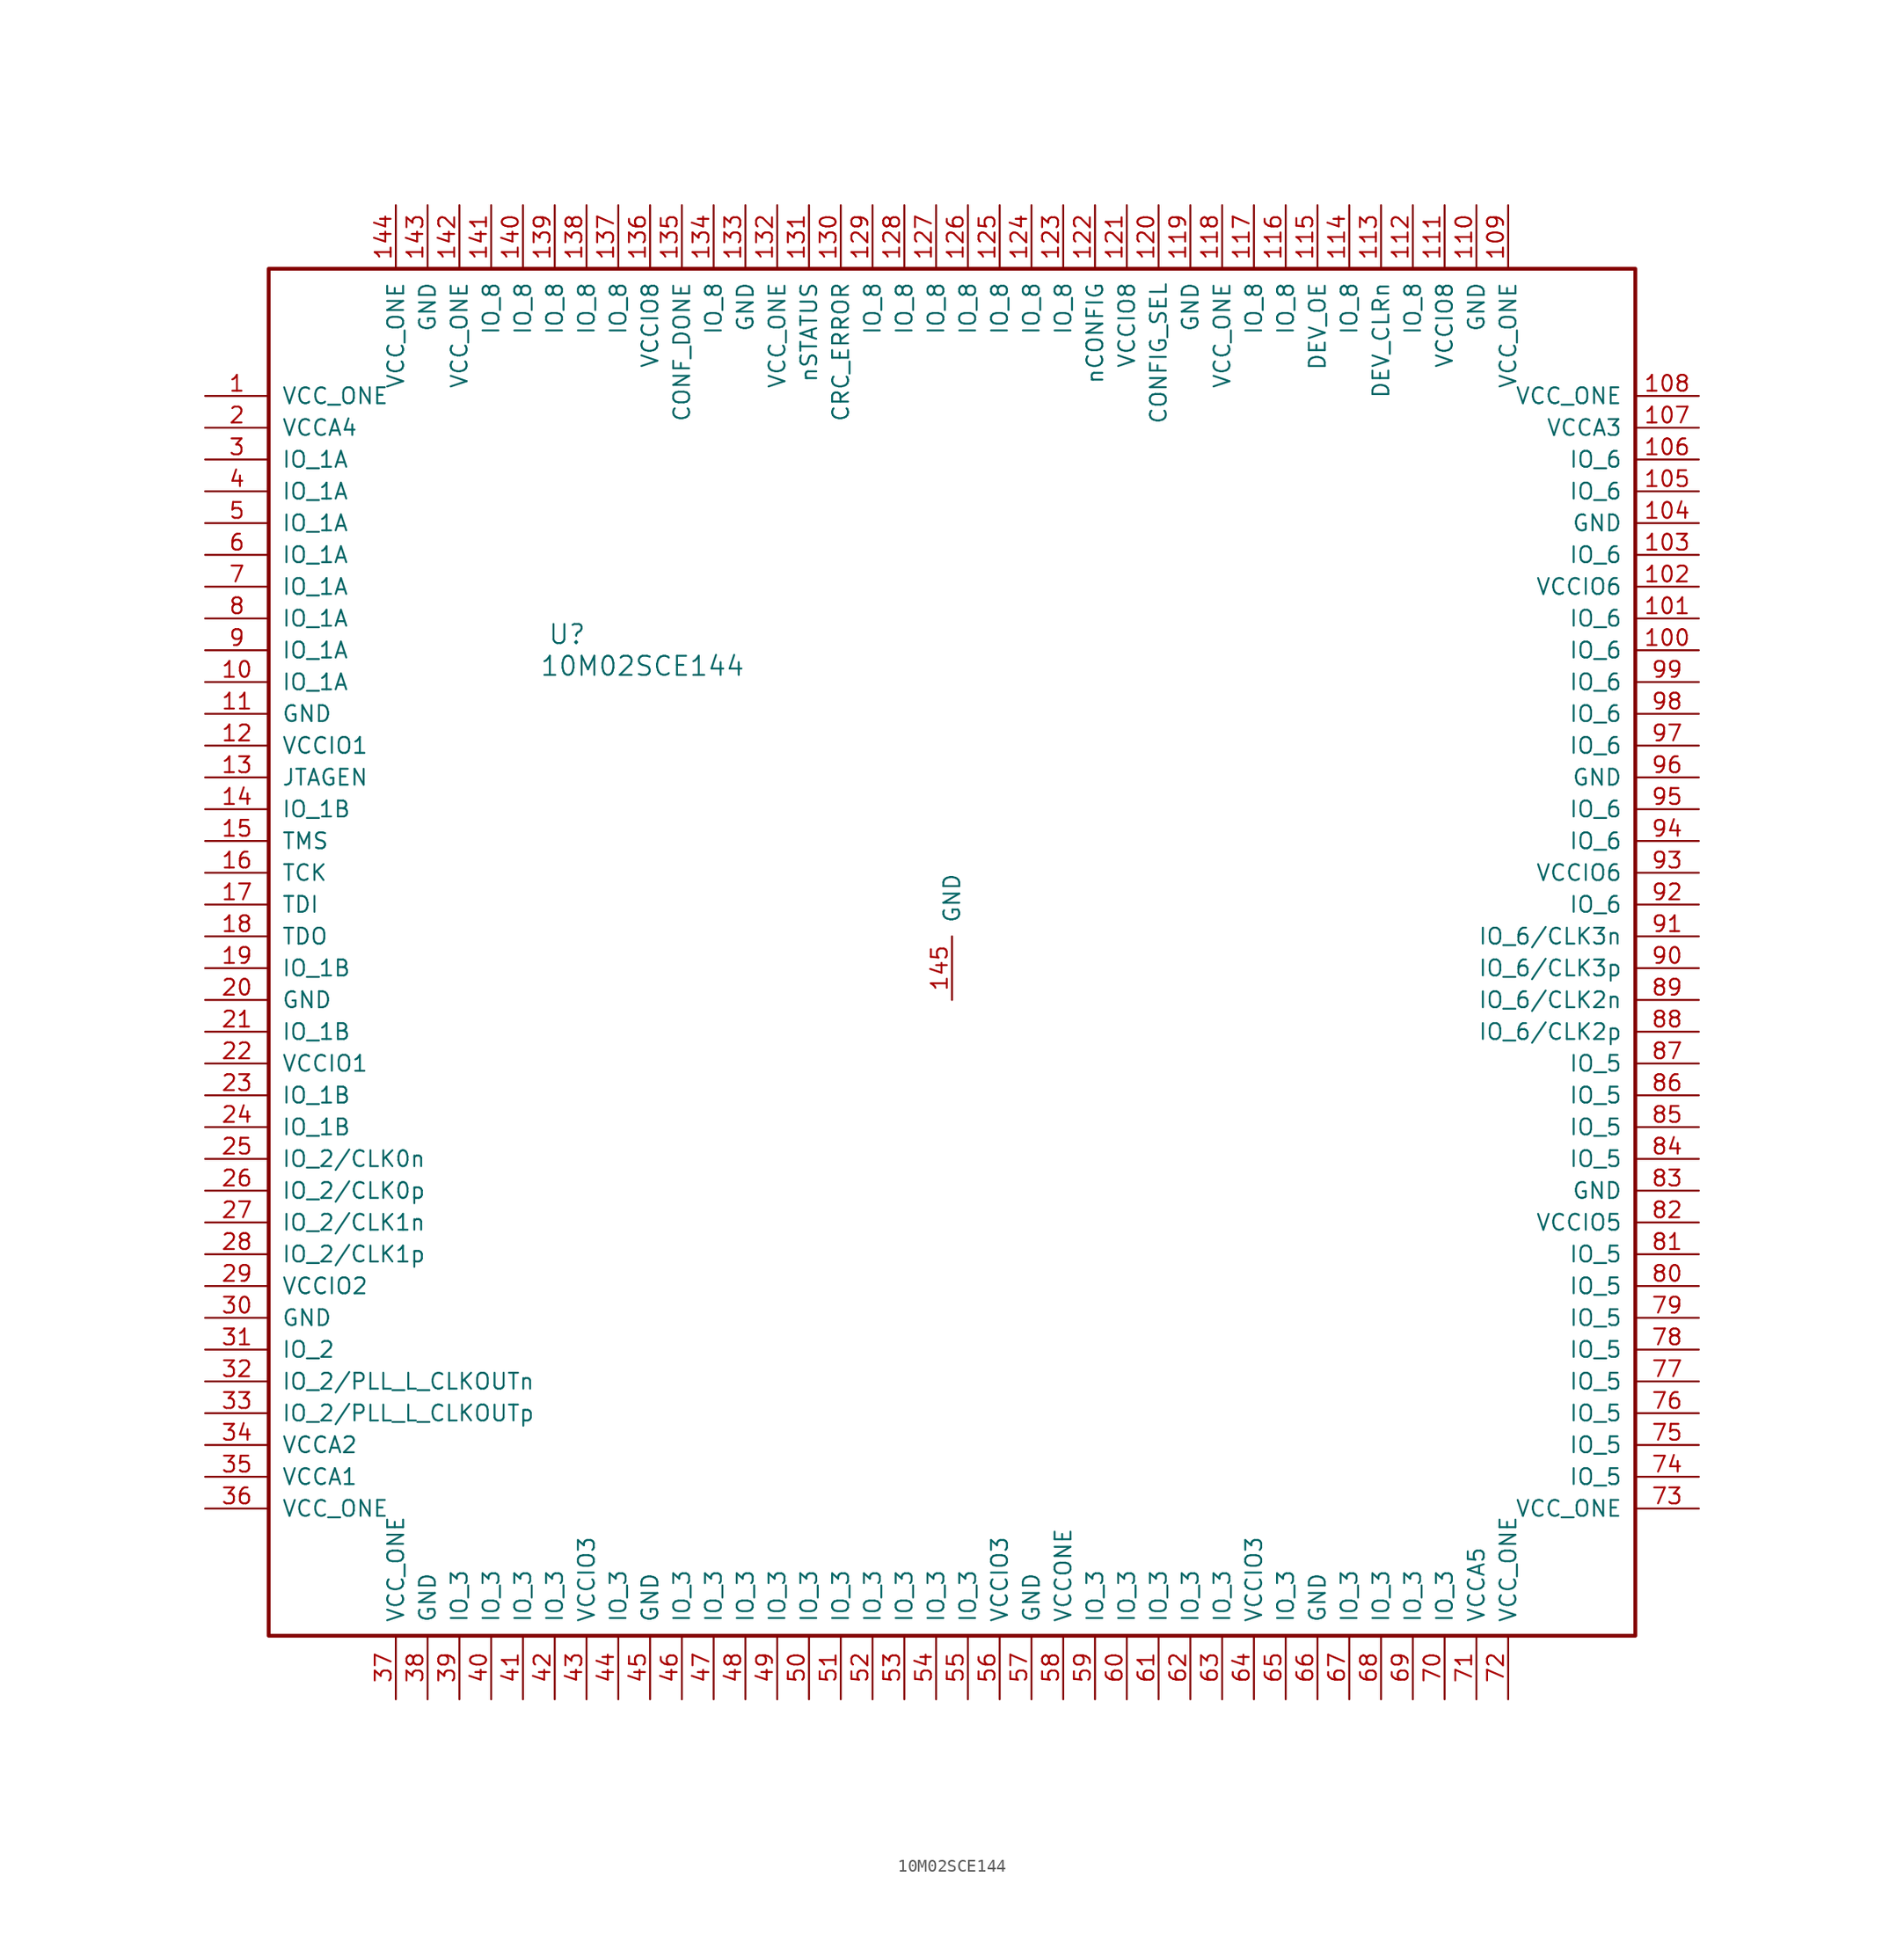
<source format=kicad_sym>
(kicad_symbol_lib
  (version 20211014)
  (generator kicad_symbol_editor)
  (symbol "10M02SCE144"
    (pin_names
      (offset 1.016))
    (property "Reference" "U"
      (at 30.48 -19.05 0)
      (effects (font (size 1.524 1.524)) (justify right)))
    (property "Value" "10M02SCE144"
      (at 43.18 -21.59 0)
      (effects (font (size 1.524 1.524)) (justify right)))
    (property "Footprint" ""
      (at 0 0 0)
      (effects (font (size 1.524 1.524))))
    (property "Datasheet" ""
      (at 0 0 0)
      (effects (font (size 1.524 1.524))))
    (property "ki_locked" ""
      (at 0 0 0)
      (effects (font (size 1.27 1.27))))
    (symbol "10M02SCE144_1_1"
      (rectangle (start 5.08 10.16) (end 114.3 -99.06) (stroke (width 0.305) (type default) (color 0 0 0 0)) (fill (type none)))
      (pin power_in line (at 0 0 0) (length 5.08) (name "VCC_ONE" (effects (font (size 1.27 1.27)))) (number "1" (effects (font (size 1.27 1.27)))))
      (pin bidirectional line (at 0 -22.86 0) (length 5.08) (name "IO_1A" (effects (font (size 1.27 1.27)))) (number "10" (effects (font (size 1.27 1.27)))))
      (pin bidirectional line (at 119.38 -20.32 180) (length 5.08) (name "IO_6" (effects (font (size 1.27 1.27)))) (number "100" (effects (font (size 1.27 1.27)))))
      (pin bidirectional line (at 119.38 -17.78 180) (length 5.08) (name "IO_6" (effects (font (size 1.27 1.27)))) (number "101" (effects (font (size 1.27 1.27)))))
      (pin power_in line (at 119.38 -15.24 180) (length 5.08) (name "VCCIO6" (effects (font (size 1.27 1.27)))) (number "102" (effects (font (size 1.27 1.27)))))
      (pin bidirectional line (at 119.38 -12.7 180) (length 5.08) (name "IO_6" (effects (font (size 1.27 1.27)))) (number "103" (effects (font (size 1.27 1.27)))))
      (pin power_in line (at 119.38 -10.16 180) (length 5.08) (name "GND" (effects (font (size 1.27 1.27)))) (number "104" (effects (font (size 1.27 1.27)))))
      (pin bidirectional line (at 119.38 -7.62 180) (length 5.08) (name "IO_6" (effects (font (size 1.27 1.27)))) (number "105" (effects (font (size 1.27 1.27)))))
      (pin bidirectional line (at 119.38 -5.08 180) (length 5.08) (name "IO_6" (effects (font (size 1.27 1.27)))) (number "106" (effects (font (size 1.27 1.27)))))
      (pin power_in line (at 119.38 -2.54 180) (length 5.08) (name "VCCA3" (effects (font (size 1.27 1.27)))) (number "107" (effects (font (size 1.27 1.27)))))
      (pin power_in line (at 119.38 0 180) (length 5.08) (name "VCC_ONE" (effects (font (size 1.27 1.27)))) (number "108" (effects (font (size 1.27 1.27)))))
      (pin power_in line (at 104.14 15.24 270) (length 5.08) (name "VCC_ONE" (effects (font (size 1.27 1.27)))) (number "109" (effects (font (size 1.27 1.27)))))
      (pin power_in line (at 0 -25.4 0) (length 5.08) (name "GND" (effects (font (size 1.27 1.27)))) (number "11" (effects (font (size 1.27 1.27)))))
      (pin power_in line (at 101.6 15.24 270) (length 5.08) (name "GND" (effects (font (size 1.27 1.27)))) (number "110" (effects (font (size 1.27 1.27)))))
      (pin power_in line (at 99.06 15.24 270) (length 5.08) (name "VCCIO8" (effects (font (size 1.27 1.27)))) (number "111" (effects (font (size 1.27 1.27)))))
      (pin bidirectional line (at 96.52 15.24 270) (length 5.08) (name "IO_8" (effects (font (size 1.27 1.27)))) (number "112" (effects (font (size 1.27 1.27)))))
      (pin input line (at 93.98 15.24 270) (length 5.08) (name "DEV_CLRn" (effects (font (size 1.27 1.27)))) (number "113" (effects (font (size 1.27 1.27)))))
      (pin bidirectional line (at 91.44 15.24 270) (length 5.08) (name "IO_8" (effects (font (size 1.27 1.27)))) (number "114" (effects (font (size 1.27 1.27)))))
      (pin input line (at 88.9 15.24 270) (length 5.08) (name "DEV_OE" (effects (font (size 1.27 1.27)))) (number "115" (effects (font (size 1.27 1.27)))))
      (pin bidirectional line (at 86.36 15.24 270) (length 5.08) (name "IO_8" (effects (font (size 1.27 1.27)))) (number "116" (effects (font (size 1.27 1.27)))))
      (pin bidirectional line (at 83.82 15.24 270) (length 5.08) (name "IO_8" (effects (font (size 1.27 1.27)))) (number "117" (effects (font (size 1.27 1.27)))))
      (pin power_in line (at 81.28 15.24 270) (length 5.08) (name "VCC_ONE" (effects (font (size 1.27 1.27)))) (number "118" (effects (font (size 1.27 1.27)))))
      (pin power_in line (at 78.74 15.24 270) (length 5.08) (name "GND" (effects (font (size 1.27 1.27)))) (number "119" (effects (font (size 1.27 1.27)))))
      (pin power_in line (at 0 -27.94 0) (length 5.08) (name "VCCIO1" (effects (font (size 1.27 1.27)))) (number "12" (effects (font (size 1.27 1.27)))))
      (pin bidirectional line (at 76.2 15.24 270) (length 5.08) (name "CONFIG_SEL" (effects (font (size 1.27 1.27)))) (number "120" (effects (font (size 1.27 1.27)))))
      (pin power_in line (at 73.66 15.24 270) (length 5.08) (name "VCCIO8" (effects (font (size 1.27 1.27)))) (number "121" (effects (font (size 1.27 1.27)))))
      (pin input line (at 71.12 15.24 270) (length 5.08) (name "nCONFIG" (effects (font (size 1.27 1.27)))) (number "122" (effects (font (size 1.27 1.27)))))
      (pin bidirectional line (at 68.58 15.24 270) (length 5.08) (name "IO_8" (effects (font (size 1.27 1.27)))) (number "123" (effects (font (size 1.27 1.27)))))
      (pin bidirectional line (at 66.04 15.24 270) (length 5.08) (name "IO_8" (effects (font (size 1.27 1.27)))) (number "124" (effects (font (size 1.27 1.27)))))
      (pin bidirectional line (at 63.5 15.24 270) (length 5.08) (name "IO_8" (effects (font (size 1.27 1.27)))) (number "125" (effects (font (size 1.27 1.27)))))
      (pin bidirectional line (at 60.96 15.24 270) (length 5.08) (name "IO_8" (effects (font (size 1.27 1.27)))) (number "126" (effects (font (size 1.27 1.27)))))
      (pin bidirectional line (at 58.42 15.24 270) (length 5.08) (name "IO_8" (effects (font (size 1.27 1.27)))) (number "127" (effects (font (size 1.27 1.27)))))
      (pin bidirectional line (at 55.88 15.24 270) (length 5.08) (name "IO_8" (effects (font (size 1.27 1.27)))) (number "128" (effects (font (size 1.27 1.27)))))
      (pin bidirectional line (at 53.34 15.24 270) (length 5.08) (name "IO_8" (effects (font (size 1.27 1.27)))) (number "129" (effects (font (size 1.27 1.27)))))
      (pin input line (at 0 -30.48 0) (length 5.08) (name "JTAGEN" (effects (font (size 1.27 1.27)))) (number "13" (effects (font (size 1.27 1.27)))))
      (pin bidirectional line (at 50.8 15.24 270) (length 5.08) (name "CRC_ERROR" (effects (font (size 1.27 1.27)))) (number "130" (effects (font (size 1.27 1.27)))))
      (pin bidirectional line (at 48.26 15.24 270) (length 5.08) (name "nSTATUS" (effects (font (size 1.27 1.27)))) (number "131" (effects (font (size 1.27 1.27)))))
      (pin power_in line (at 45.72 15.24 270) (length 5.08) (name "VCC_ONE" (effects (font (size 1.27 1.27)))) (number "132" (effects (font (size 1.27 1.27)))))
      (pin power_in line (at 43.18 15.24 270) (length 5.08) (name "GND" (effects (font (size 1.27 1.27)))) (number "133" (effects (font (size 1.27 1.27)))))
      (pin bidirectional line (at 40.64 15.24 270) (length 5.08) (name "IO_8" (effects (font (size 1.27 1.27)))) (number "134" (effects (font (size 1.27 1.27)))))
      (pin bidirectional line (at 38.1 15.24 270) (length 5.08) (name "CONF_DONE" (effects (font (size 1.27 1.27)))) (number "135" (effects (font (size 1.27 1.27)))))
      (pin power_in line (at 35.56 15.24 270) (length 5.08) (name "VCCIO8" (effects (font (size 1.27 1.27)))) (number "136" (effects (font (size 1.27 1.27)))))
      (pin bidirectional line (at 33.02 15.24 270) (length 5.08) (name "IO_8" (effects (font (size 1.27 1.27)))) (number "137" (effects (font (size 1.27 1.27)))))
      (pin bidirectional line (at 30.48 15.24 270) (length 5.08) (name "IO_8" (effects (font (size 1.27 1.27)))) (number "138" (effects (font (size 1.27 1.27)))))
      (pin bidirectional line (at 27.94 15.24 270) (length 5.08) (name "IO_8" (effects (font (size 1.27 1.27)))) (number "139" (effects (font (size 1.27 1.27)))))
      (pin bidirectional line (at 0 -33.02 0) (length 5.08) (name "IO_1B" (effects (font (size 1.27 1.27)))) (number "14" (effects (font (size 1.27 1.27)))))
      (pin bidirectional line (at 25.4 15.24 270) (length 5.08) (name "IO_8" (effects (font (size 1.27 1.27)))) (number "140" (effects (font (size 1.27 1.27)))))
      (pin bidirectional line (at 22.86 15.24 270) (length 5.08) (name "IO_8" (effects (font (size 1.27 1.27)))) (number "141" (effects (font (size 1.27 1.27)))))
      (pin power_in line (at 20.32 15.24 270) (length 5.08) (name "VCC_ONE" (effects (font (size 1.27 1.27)))) (number "142" (effects (font (size 1.27 1.27)))))
      (pin power_in line (at 17.78 15.24 270) (length 5.08) (name "GND" (effects (font (size 1.27 1.27)))) (number "143" (effects (font (size 1.27 1.27)))))
      (pin power_in line (at 15.24 15.24 270) (length 5.08) (name "VCC_ONE" (effects (font (size 1.27 1.27)))) (number "144" (effects (font (size 1.27 1.27)))))
      (pin power_in line (at 59.69 -48.26 90) (length 5.08) (name "GND" (effects (font (size 1.27 1.27)))) (number "145" (effects (font (size 1.27 1.27)))))
      (pin input line (at 0 -35.56 0) (length 5.08) (name "TMS" (effects (font (size 1.27 1.27)))) (number "15" (effects (font (size 1.27 1.27)))))
      (pin input line (at 0 -38.1 0) (length 5.08) (name "TCK" (effects (font (size 1.27 1.27)))) (number "16" (effects (font (size 1.27 1.27)))))
      (pin input line (at 0 -40.64 0) (length 5.08) (name "TDI" (effects (font (size 1.27 1.27)))) (number "17" (effects (font (size 1.27 1.27)))))
      (pin output line (at 0 -43.18 0) (length 5.08) (name "TDO" (effects (font (size 1.27 1.27)))) (number "18" (effects (font (size 1.27 1.27)))))
      (pin bidirectional line (at 0 -45.72 0) (length 5.08) (name "IO_1B" (effects (font (size 1.27 1.27)))) (number "19" (effects (font (size 1.27 1.27)))))
      (pin power_in line (at 0 -2.54 0) (length 5.08) (name "VCCA4" (effects (font (size 1.27 1.27)))) (number "2" (effects (font (size 1.27 1.27)))))
      (pin power_in line (at 0 -48.26 0) (length 5.08) (name "GND" (effects (font (size 1.27 1.27)))) (number "20" (effects (font (size 1.27 1.27)))))
      (pin bidirectional line (at 0 -50.8 0) (length 5.08) (name "IO_1B" (effects (font (size 1.27 1.27)))) (number "21" (effects (font (size 1.27 1.27)))))
      (pin power_in line (at 0 -53.34 0) (length 5.08) (name "VCCIO1" (effects (font (size 1.27 1.27)))) (number "22" (effects (font (size 1.27 1.27)))))
      (pin bidirectional line (at 0 -55.88 0) (length 5.08) (name "IO_1B" (effects (font (size 1.27 1.27)))) (number "23" (effects (font (size 1.27 1.27)))))
      (pin bidirectional line (at 0 -58.42 0) (length 5.08) (name "IO_1B" (effects (font (size 1.27 1.27)))) (number "24" (effects (font (size 1.27 1.27)))))
      (pin bidirectional line (at 0 -60.96 0) (length 5.08) (name "IO_2/CLK0n" (effects (font (size 1.27 1.27)))) (number "25" (effects (font (size 1.27 1.27)))))
      (pin bidirectional line (at 0 -63.5 0) (length 5.08) (name "IO_2/CLK0p" (effects (font (size 1.27 1.27)))) (number "26" (effects (font (size 1.27 1.27)))))
      (pin bidirectional line (at 0 -66.04 0) (length 5.08) (name "IO_2/CLK1n" (effects (font (size 1.27 1.27)))) (number "27" (effects (font (size 1.27 1.27)))))
      (pin bidirectional line (at 0 -68.58 0) (length 5.08) (name "IO_2/CLK1p" (effects (font (size 1.27 1.27)))) (number "28" (effects (font (size 1.27 1.27)))))
      (pin power_in line (at 0 -71.12 0) (length 5.08) (name "VCCIO2" (effects (font (size 1.27 1.27)))) (number "29" (effects (font (size 1.27 1.27)))))
      (pin bidirectional line (at 0 -5.08 0) (length 5.08) (name "IO_1A" (effects (font (size 1.27 1.27)))) (number "3" (effects (font (size 1.27 1.27)))))
      (pin power_in line (at 0 -73.66 0) (length 5.08) (name "GND" (effects (font (size 1.27 1.27)))) (number "30" (effects (font (size 1.27 1.27)))))
      (pin bidirectional line (at 0 -76.2 0) (length 5.08) (name "IO_2" (effects (font (size 1.27 1.27)))) (number "31" (effects (font (size 1.27 1.27)))))
      (pin bidirectional line (at 0 -78.74 0) (length 5.08) (name "IO_2/PLL_L_CLKOUTn" (effects (font (size 1.27 1.27)))) (number "32" (effects (font (size 1.27 1.27)))))
      (pin bidirectional line (at 0 -81.28 0) (length 5.08) (name "IO_2/PLL_L_CLKOUTp" (effects (font (size 1.27 1.27)))) (number "33" (effects (font (size 1.27 1.27)))))
      (pin power_in line (at 0 -83.82 0) (length 5.08) (name "VCCA2" (effects (font (size 1.27 1.27)))) (number "34" (effects (font (size 1.27 1.27)))))
      (pin power_in line (at 0 -86.36 0) (length 5.08) (name "VCCA1" (effects (font (size 1.27 1.27)))) (number "35" (effects (font (size 1.27 1.27)))))
      (pin power_in line (at 0 -88.9 0) (length 5.08) (name "VCC_ONE" (effects (font (size 1.27 1.27)))) (number "36" (effects (font (size 1.27 1.27)))))
      (pin power_in line (at 15.24 -104.14 90) (length 5.08) (name "VCC_ONE" (effects (font (size 1.27 1.27)))) (number "37" (effects (font (size 1.27 1.27)))))
      (pin power_in line (at 17.78 -104.14 90) (length 5.08) (name "GND" (effects (font (size 1.27 1.27)))) (number "38" (effects (font (size 1.27 1.27)))))
      (pin bidirectional line (at 20.32 -104.14 90) (length 5.08) (name "IO_3" (effects (font (size 1.27 1.27)))) (number "39" (effects (font (size 1.27 1.27)))))
      (pin bidirectional line (at 0 -7.62 0) (length 5.08) (name "IO_1A" (effects (font (size 1.27 1.27)))) (number "4" (effects (font (size 1.27 1.27)))))
      (pin bidirectional line (at 22.86 -104.14 90) (length 5.08) (name "IO_3" (effects (font (size 1.27 1.27)))) (number "40" (effects (font (size 1.27 1.27)))))
      (pin bidirectional line (at 25.4 -104.14 90) (length 5.08) (name "IO_3" (effects (font (size 1.27 1.27)))) (number "41" (effects (font (size 1.27 1.27)))))
      (pin bidirectional line (at 27.94 -104.14 90) (length 5.08) (name "IO_3" (effects (font (size 1.27 1.27)))) (number "42" (effects (font (size 1.27 1.27)))))
      (pin power_in line (at 30.48 -104.14 90) (length 5.08) (name "VCCIO3" (effects (font (size 1.27 1.27)))) (number "43" (effects (font (size 1.27 1.27)))))
      (pin bidirectional line (at 33.02 -104.14 90) (length 5.08) (name "IO_3" (effects (font (size 1.27 1.27)))) (number "44" (effects (font (size 1.27 1.27)))))
      (pin power_in line (at 35.56 -104.14 90) (length 5.08) (name "GND" (effects (font (size 1.27 1.27)))) (number "45" (effects (font (size 1.27 1.27)))))
      (pin bidirectional line (at 38.1 -104.14 90) (length 5.08) (name "IO_3" (effects (font (size 1.27 1.27)))) (number "46" (effects (font (size 1.27 1.27)))))
      (pin bidirectional line (at 40.64 -104.14 90) (length 5.08) (name "IO_3" (effects (font (size 1.27 1.27)))) (number "47" (effects (font (size 1.27 1.27)))))
      (pin bidirectional line (at 43.18 -104.14 90) (length 5.08) (name "IO_3" (effects (font (size 1.27 1.27)))) (number "48" (effects (font (size 1.27 1.27)))))
      (pin bidirectional line (at 45.72 -104.14 90) (length 5.08) (name "IO_3" (effects (font (size 1.27 1.27)))) (number "49" (effects (font (size 1.27 1.27)))))
      (pin bidirectional line (at 0 -10.16 0) (length 5.08) (name "IO_1A" (effects (font (size 1.27 1.27)))) (number "5" (effects (font (size 1.27 1.27)))))
      (pin bidirectional line (at 48.26 -104.14 90) (length 5.08) (name "IO_3" (effects (font (size 1.27 1.27)))) (number "50" (effects (font (size 1.27 1.27)))))
      (pin bidirectional line (at 50.8 -104.14 90) (length 5.08) (name "IO_3" (effects (font (size 1.27 1.27)))) (number "51" (effects (font (size 1.27 1.27)))))
      (pin bidirectional line (at 53.34 -104.14 90) (length 5.08) (name "IO_3" (effects (font (size 1.27 1.27)))) (number "52" (effects (font (size 1.27 1.27)))))
      (pin bidirectional line (at 55.88 -104.14 90) (length 5.08) (name "IO_3" (effects (font (size 1.27 1.27)))) (number "53" (effects (font (size 1.27 1.27)))))
      (pin bidirectional line (at 58.42 -104.14 90) (length 5.08) (name "IO_3" (effects (font (size 1.27 1.27)))) (number "54" (effects (font (size 1.27 1.27)))))
      (pin bidirectional line (at 60.96 -104.14 90) (length 5.08) (name "IO_3" (effects (font (size 1.27 1.27)))) (number "55" (effects (font (size 1.27 1.27)))))
      (pin power_in line (at 63.5 -104.14 90) (length 5.08) (name "VCCIO3" (effects (font (size 1.27 1.27)))) (number "56" (effects (font (size 1.27 1.27)))))
      (pin power_in line (at 66.04 -104.14 90) (length 5.08) (name "GND" (effects (font (size 1.27 1.27)))) (number "57" (effects (font (size 1.27 1.27)))))
      (pin power_in line (at 68.58 -104.14 90) (length 5.08) (name "VCCONE" (effects (font (size 1.27 1.27)))) (number "58" (effects (font (size 1.27 1.27)))))
      (pin bidirectional line (at 71.12 -104.14 90) (length 5.08) (name "IO_3" (effects (font (size 1.27 1.27)))) (number "59" (effects (font (size 1.27 1.27)))))
      (pin bidirectional line (at 0 -12.7 0) (length 5.08) (name "IO_1A" (effects (font (size 1.27 1.27)))) (number "6" (effects (font (size 1.27 1.27)))))
      (pin bidirectional line (at 73.66 -104.14 90) (length 5.08) (name "IO_3" (effects (font (size 1.27 1.27)))) (number "60" (effects (font (size 1.27 1.27)))))
      (pin bidirectional line (at 76.2 -104.14 90) (length 5.08) (name "IO_3" (effects (font (size 1.27 1.27)))) (number "61" (effects (font (size 1.27 1.27)))))
      (pin bidirectional line (at 78.74 -104.14 90) (length 5.08) (name "IO_3" (effects (font (size 1.27 1.27)))) (number "62" (effects (font (size 1.27 1.27)))))
      (pin bidirectional line (at 81.28 -104.14 90) (length 5.08) (name "IO_3" (effects (font (size 1.27 1.27)))) (number "63" (effects (font (size 1.27 1.27)))))
      (pin power_in line (at 83.82 -104.14 90) (length 5.08) (name "VCCIO3" (effects (font (size 1.27 1.27)))) (number "64" (effects (font (size 1.27 1.27)))))
      (pin bidirectional line (at 86.36 -104.14 90) (length 5.08) (name "IO_3" (effects (font (size 1.27 1.27)))) (number "65" (effects (font (size 1.27 1.27)))))
      (pin power_in line (at 88.9 -104.14 90) (length 5.08) (name "GND" (effects (font (size 1.27 1.27)))) (number "66" (effects (font (size 1.27 1.27)))))
      (pin bidirectional line (at 91.44 -104.14 90) (length 5.08) (name "IO_3" (effects (font (size 1.27 1.27)))) (number "67" (effects (font (size 1.27 1.27)))))
      (pin bidirectional line (at 93.98 -104.14 90) (length 5.08) (name "IO_3" (effects (font (size 1.27 1.27)))) (number "68" (effects (font (size 1.27 1.27)))))
      (pin bidirectional line (at 96.52 -104.14 90) (length 5.08) (name "IO_3" (effects (font (size 1.27 1.27)))) (number "69" (effects (font (size 1.27 1.27)))))
      (pin bidirectional line (at 0 -15.24 0) (length 5.08) (name "IO_1A" (effects (font (size 1.27 1.27)))) (number "7" (effects (font (size 1.27 1.27)))))
      (pin bidirectional line (at 99.06 -104.14 90) (length 5.08) (name "IO_3" (effects (font (size 1.27 1.27)))) (number "70" (effects (font (size 1.27 1.27)))))
      (pin power_in line (at 101.6 -104.14 90) (length 5.08) (name "VCCA5" (effects (font (size 1.27 1.27)))) (number "71" (effects (font (size 1.27 1.27)))))
      (pin power_in line (at 104.14 -104.14 90) (length 5.08) (name "VCC_ONE" (effects (font (size 1.27 1.27)))) (number "72" (effects (font (size 1.27 1.27)))))
      (pin power_in line (at 119.38 -88.9 180) (length 5.08) (name "VCC_ONE" (effects (font (size 1.27 1.27)))) (number "73" (effects (font (size 1.27 1.27)))))
      (pin bidirectional line (at 119.38 -86.36 180) (length 5.08) (name "IO_5" (effects (font (size 1.27 1.27)))) (number "74" (effects (font (size 1.27 1.27)))))
      (pin bidirectional line (at 119.38 -83.82 180) (length 5.08) (name "IO_5" (effects (font (size 1.27 1.27)))) (number "75" (effects (font (size 1.27 1.27)))))
      (pin bidirectional line (at 119.38 -81.28 180) (length 5.08) (name "IO_5" (effects (font (size 1.27 1.27)))) (number "76" (effects (font (size 1.27 1.27)))))
      (pin bidirectional line (at 119.38 -78.74 180) (length 5.08) (name "IO_5" (effects (font (size 1.27 1.27)))) (number "77" (effects (font (size 1.27 1.27)))))
      (pin bidirectional line (at 119.38 -76.2 180) (length 5.08) (name "IO_5" (effects (font (size 1.27 1.27)))) (number "78" (effects (font (size 1.27 1.27)))))
      (pin bidirectional line (at 119.38 -73.66 180) (length 5.08) (name "IO_5" (effects (font (size 1.27 1.27)))) (number "79" (effects (font (size 1.27 1.27)))))
      (pin bidirectional line (at 0 -17.78 0) (length 5.08) (name "IO_1A" (effects (font (size 1.27 1.27)))) (number "8" (effects (font (size 1.27 1.27)))))
      (pin bidirectional line (at 119.38 -71.12 180) (length 5.08) (name "IO_5" (effects (font (size 1.27 1.27)))) (number "80" (effects (font (size 1.27 1.27)))))
      (pin bidirectional line (at 119.38 -68.58 180) (length 5.08) (name "IO_5" (effects (font (size 1.27 1.27)))) (number "81" (effects (font (size 1.27 1.27)))))
      (pin power_in line (at 119.38 -66.04 180) (length 5.08) (name "VCCIO5" (effects (font (size 1.27 1.27)))) (number "82" (effects (font (size 1.27 1.27)))))
      (pin power_in line (at 119.38 -63.5 180) (length 5.08) (name "GND" (effects (font (size 1.27 1.27)))) (number "83" (effects (font (size 1.27 1.27)))))
      (pin bidirectional line (at 119.38 -60.96 180) (length 5.08) (name "IO_5" (effects (font (size 1.27 1.27)))) (number "84" (effects (font (size 1.27 1.27)))))
      (pin bidirectional line (at 119.38 -58.42 180) (length 5.08) (name "IO_5" (effects (font (size 1.27 1.27)))) (number "85" (effects (font (size 1.27 1.27)))))
      (pin bidirectional line (at 119.38 -55.88 180) (length 5.08) (name "IO_5" (effects (font (size 1.27 1.27)))) (number "86" (effects (font (size 1.27 1.27)))))
      (pin bidirectional line (at 119.38 -53.34 180) (length 5.08) (name "IO_5" (effects (font (size 1.27 1.27)))) (number "87" (effects (font (size 1.27 1.27)))))
      (pin bidirectional line (at 119.38 -50.8 180) (length 5.08) (name "IO_6/CLK2p" (effects (font (size 1.27 1.27)))) (number "88" (effects (font (size 1.27 1.27)))))
      (pin bidirectional line (at 119.38 -48.26 180) (length 5.08) (name "IO_6/CLK2n" (effects (font (size 1.27 1.27)))) (number "89" (effects (font (size 1.27 1.27)))))
      (pin power_in line (at 0 -20.32 0) (length 5.08) (name "IO_1A" (effects (font (size 1.27 1.27)))) (number "9" (effects (font (size 1.27 1.27)))))
      (pin bidirectional line (at 119.38 -45.72 180) (length 5.08) (name "IO_6/CLK3p" (effects (font (size 1.27 1.27)))) (number "90" (effects (font (size 1.27 1.27)))))
      (pin bidirectional line (at 119.38 -43.18 180) (length 5.08) (name "IO_6/CLK3n" (effects (font (size 1.27 1.27)))) (number "91" (effects (font (size 1.27 1.27)))))
      (pin bidirectional line (at 119.38 -40.64 180) (length 5.08) (name "IO_6" (effects (font (size 1.27 1.27)))) (number "92" (effects (font (size 1.27 1.27)))))
      (pin power_in line (at 119.38 -38.1 180) (length 5.08) (name "VCCIO6" (effects (font (size 1.27 1.27)))) (number "93" (effects (font (size 1.27 1.27)))))
      (pin bidirectional line (at 119.38 -35.56 180) (length 5.08) (name "IO_6" (effects (font (size 1.27 1.27)))) (number "94" (effects (font (size 1.27 1.27)))))
      (pin bidirectional line (at 119.38 -33.02 180) (length 5.08) (name "IO_6" (effects (font (size 1.27 1.27)))) (number "95" (effects (font (size 1.27 1.27)))))
      (pin power_in line (at 119.38 -30.48 180) (length 5.08) (name "GND" (effects (font (size 1.27 1.27)))) (number "96" (effects (font (size 1.27 1.27)))))
      (pin bidirectional line (at 119.38 -27.94 180) (length 5.08) (name "IO_6" (effects (font (size 1.27 1.27)))) (number "97" (effects (font (size 1.27 1.27)))))
      (pin bidirectional line (at 119.38 -25.4 180) (length 5.08) (name "IO_6" (effects (font (size 1.27 1.27)))) (number "98" (effects (font (size 1.27 1.27)))))
      (pin bidirectional line (at 119.38 -22.86 180) (length 5.08) (name "IO_6" (effects (font (size 1.27 1.27)))) (number "99" (effects (font (size 1.27 1.27))))))))
</source>
